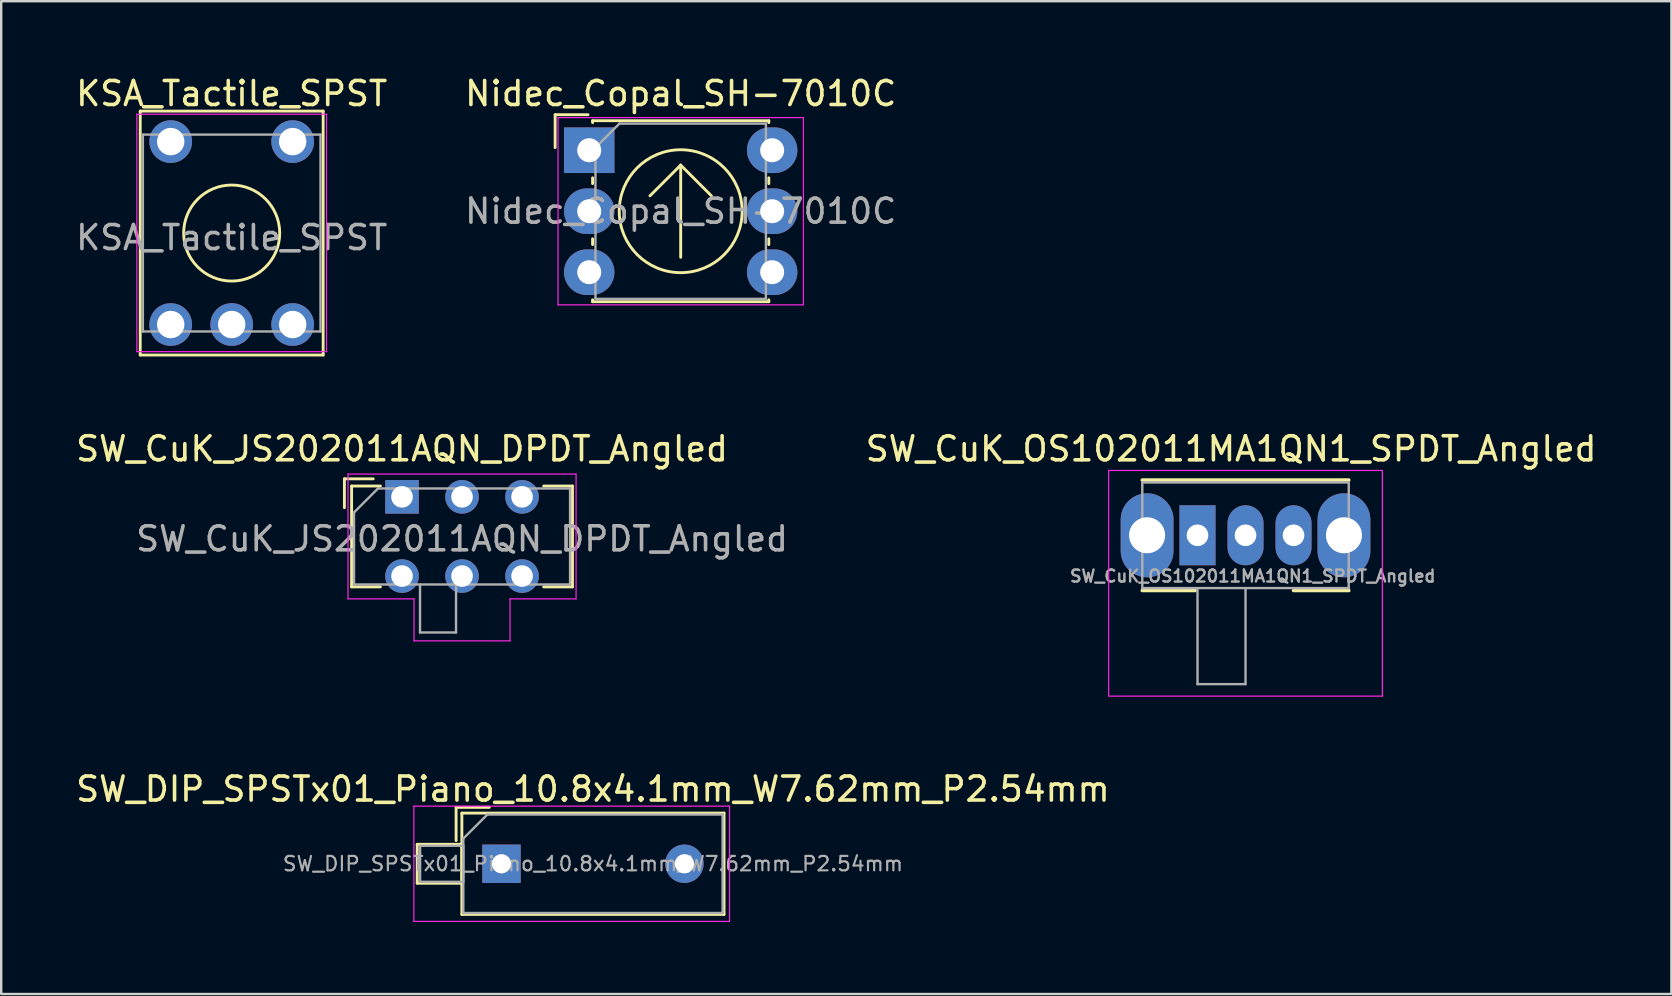
<source format=kicad_pcb>
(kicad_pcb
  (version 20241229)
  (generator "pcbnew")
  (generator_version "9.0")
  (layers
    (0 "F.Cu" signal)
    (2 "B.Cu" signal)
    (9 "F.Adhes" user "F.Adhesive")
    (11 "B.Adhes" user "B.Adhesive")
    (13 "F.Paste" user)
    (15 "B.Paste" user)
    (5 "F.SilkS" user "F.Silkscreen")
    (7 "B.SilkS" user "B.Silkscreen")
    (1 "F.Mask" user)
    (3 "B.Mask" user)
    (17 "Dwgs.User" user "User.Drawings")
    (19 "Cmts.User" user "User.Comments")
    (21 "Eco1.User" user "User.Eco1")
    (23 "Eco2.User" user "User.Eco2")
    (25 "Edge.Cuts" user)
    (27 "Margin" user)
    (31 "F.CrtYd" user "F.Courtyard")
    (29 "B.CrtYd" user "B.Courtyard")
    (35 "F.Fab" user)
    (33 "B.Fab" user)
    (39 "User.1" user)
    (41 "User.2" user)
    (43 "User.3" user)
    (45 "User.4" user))
  (footprint "SW_CuK_JS202011AQN_DPDT_Angled"
    (layer "F.Cu")
    (at 13.696 17.646)
    (property "Reference" "SW_CuK_JS202011AQN_DPDT_Angled" (at 0 -2 0) (layer "F.SilkS") (effects (font (size 1 1) (thickness 0.15))))
    (attr through_hole)
    (fp_line (start -2.4 -0.75) (end -2.4 0.45) (stroke (width 0.12) (type solid)) (layer "F.SilkS"))
    (fp_line (start -2.1 -0.45) (end -2.1 3.75) (stroke (width 0.12) (type solid)) (layer "F.SilkS"))
    (fp_line (start -2.1 3.75) (end -0.9 3.75) (stroke (width 0.12) (type solid)) (layer "F.SilkS"))
    (fp_line (start -1.2 -0.75) (end -2.4 -0.75) (stroke (width 0.12) (type solid)) (layer "F.SilkS"))
    (fp_line (start -0.9 -0.45) (end -2.1 -0.45) (stroke (width 0.12) (type solid)) (layer "F.SilkS"))
    (fp_line (start 5.9 -0.45) (end 7.1 -0.45) (stroke (width 0.12) (type solid)) (layer "F.SilkS"))
    (fp_line (start 7.1 -0.45) (end 7.1 3.75) (stroke (width 0.12) (type solid)) (layer "F.SilkS"))
    (fp_line (start 7.1 3.75) (end 5.9 3.75) (stroke (width 0.12) (type solid)) (layer "F.SilkS"))
    (fp_line (start -2.25 -0.95) (end 7.25 -0.95) (stroke (width 0.05) (type solid)) (layer "F.CrtYd"))
    (fp_line (start -2.25 4.25) (end -2.25 -0.95) (stroke (width 0.05) (type solid)) (layer "F.CrtYd"))
    (fp_line (start 0.5 4.25) (end -2.25 4.25) (stroke (width 0.05) (type solid)) (layer "F.CrtYd"))
    (fp_line (start 0.5 4.25) (end 0.5 6) (stroke (width 0.05) (type solid)) (layer "F.CrtYd"))
    (fp_line (start 4.5 6) (end 0.5 6) (stroke (width 0.05) (type solid)) (layer "F.CrtYd"))
    (fp_line (start 4.5 6) (end 4.5 4.25) (stroke (width 0.05) (type solid)) (layer "F.CrtYd"))
    (fp_line (start 7.25 -0.95) (end 7.25 4.25) (stroke (width 0.05) (type solid)) (layer "F.CrtYd"))
    (fp_line (start 7.25 4.25) (end 4.5 4.25) (stroke (width 0.05) (type solid)) (layer "F.CrtYd"))
    (fp_line (start -2 3.65) (end -2 0.65) (stroke (width 0.1) (type solid)) (layer "F.Fab"))
    (fp_line (start -1 -0.35) (end -2 0.65) (stroke (width 0.1) (type solid)) (layer "F.Fab"))
    (fp_line (start -1 -0.35) (end 7 -0.35) (stroke (width 0.1) (type solid)) (layer "F.Fab"))
    (fp_line (start 0.75 3.65) (end 0.75 5.65) (stroke (width 0.1) (type solid)) (layer "F.Fab"))
    (fp_line (start 0.75 5.65) (end 2.25 5.65) (stroke (width 0.1) (type solid)) (layer "F.Fab"))
    (fp_line (start 2.25 5.65) (end 2.25 3.65) (stroke (width 0.1) (type solid)) (layer "F.Fab"))
    (fp_line (start 7 -0.35) (end 7 3.65) (stroke (width 0.1) (type solid)) (layer "F.Fab"))
    (fp_line (start 7 3.65) (end -2 3.65) (stroke (width 0.1) (type solid)) (layer "F.Fab"))
    (fp_text user "${REFERENCE}" (at 2.5 1.75 0) (layer "F.Fab") (effects (font (size 1 1) (thickness 0.15))))
    (pad "1" thru_hole rect (at 0 0) (size 1.4 1.4) (drill 0.9) (layers "*.Cu" "*.Mask"))
    (pad "2" thru_hole circle (at 2.5 0) (size 1.4 1.4) (drill 0.9) (layers "*.Cu" "*.Mask"))
    (pad "3" thru_hole circle (at 5 0) (size 1.4 1.4) (drill 0.9) (layers "*.Cu" "*.Mask"))
    (pad "4" thru_hole circle (at 0 3.3) (size 1.4 1.4) (drill 0.9) (layers "*.Cu" "*.Mask"))
    (pad "5" thru_hole circle (at 2.5 3.3) (size 1.4 1.4) (drill 0.9) (layers "*.Cu" "*.Mask"))
    (pad "6" thru_hole circle (at 5 3.3) (size 1.4 1.4) (drill 0.9) (layers "*.Cu" "*.Mask")))
  (footprint "KSA_Tactile_SPST"
    (layer "F.Cu")
    (at 4.061 2.848)
    (property "Reference" "KSA_Tactile_SPST" (at 2.54 -2 0) (layer "F.SilkS") (effects (font (size 1 1) (thickness 0.15))))
    (attr through_hole)
    (fp_line (start -1.27 -1.27) (end -1.27 8.89) (stroke (width 0.12) (type solid)) (layer "F.SilkS"))
    (fp_line (start -1.27 -1.27) (end 6.35 -1.27) (stroke (width 0.12) (type solid)) (layer "F.SilkS"))
    (fp_line (start -1.27 8.89) (end 6.35 8.89) (stroke (width 0.12) (type solid)) (layer "F.SilkS"))
    (fp_line (start 6.35 8.89) (end 6.35 -1.27) (stroke (width 0.12) (type solid)) (layer "F.SilkS"))
    (fp_circle (center 2.54 3.81) (end 0.54 3.81) (stroke (width 0.12) (type solid)) (fill no) (layer "F.SilkS"))
    (fp_line (start -1.41 -1.14) (end -1.41 8.75) (stroke (width 0.05) (type solid)) (layer "F.CrtYd"))
    (fp_line (start -1.41 -1.14) (end 6.49 -1.14) (stroke (width 0.05) (type solid)) (layer "F.CrtYd"))
    (fp_line (start 6.49 8.75) (end -1.41 8.75) (stroke (width 0.05) (type solid)) (layer "F.CrtYd"))
    (fp_line (start 6.49 8.75) (end 6.49 -1.14) (stroke (width 0.05) (type solid)) (layer "F.CrtYd"))
    (fp_line (start -1.16 7.91) (end -1.16 -0.29) (stroke (width 0.1) (type solid)) (layer "F.Fab"))
    (fp_line (start -1.16 7.91) (end 6.24 7.91) (stroke (width 0.1) (type solid)) (layer "F.Fab"))
    (fp_line (start 6.24 -0.29) (end -1.16 -0.29) (stroke (width 0.1) (type solid)) (layer "F.Fab"))
    (fp_line (start 6.24 7.91) (end 6.24 -0.29) (stroke (width 0.1) (type solid)) (layer "F.Fab"))
    (fp_text user "${REFERENCE}" (at 2.54 4 0) (layer "F.Fab") (effects (font (size 1 1) (thickness 0.15))))
    (pad "1" thru_hole circle (at 0 0) (size 1.778 1.778) (drill 1.143) (layers "*.Cu" "*.Mask"))
    (pad "2" thru_hole circle (at 5.08 0) (size 1.778 1.778) (drill 1.143) (layers "*.Cu" "*.Mask"))
    (pad "3" thru_hole circle (at 5.08 7.62) (size 1.778 1.778) (drill 1.143) (layers "*.Cu" "*.Mask"))
    (pad "4" thru_hole circle (at 2.54 7.62) (size 1.778 1.778) (drill 1.143) (layers "*.Cu" "*.Mask"))
    (pad "5" thru_hole circle (at 0 7.62) (size 1.778 1.778) (drill 1.143) (layers "*.Cu" "*.Mask")))
  (footprint "SW_DIP_SPSTx01_Piano_10.8x4.1mm_W7.62mm_P2.54mm"
    (layer "F.Cu")
    (at 17.839 32.93)
    (property "Reference" "SW_DIP_SPSTx01_Piano_10.8x4.1mm_W7.62mm_P2.54mm" (at 3.81 -3.11 0) (layer "F.SilkS") (effects (font (size 1 1) (thickness 0.15))))
    (attr through_hole)
    (fp_line (start -3.51 -0.81) (end -3.51 0.81) (stroke (width 0.12) (type solid)) (layer "F.SilkS"))
    (fp_line (start -3.51 -0.81) (end -1.65 -0.81) (stroke (width 0.12) (type solid)) (layer "F.SilkS"))
    (fp_line (start -3.51 0.81) (end -1.65 0.81) (stroke (width 0.12) (type solid)) (layer "F.SilkS"))
    (fp_line (start -1.89 -2.35) (end -1.89 -0.967) (stroke (width 0.12) (type solid)) (layer "F.SilkS"))
    (fp_line (start -1.89 -2.35) (end -0.507 -2.35) (stroke (width 0.12) (type solid)) (layer "F.SilkS"))
    (fp_line (start -1.65 -2.11) (end -1.65 2.11) (stroke (width 0.12) (type solid)) (layer "F.SilkS"))
    (fp_line (start -1.65 -2.11) (end 9.27 -2.11) (stroke (width 0.12) (type solid)) (layer "F.SilkS"))
    (fp_line (start -1.65 -0.81) (end -1.65 0.81) (stroke (width 0.12) (type solid)) (layer "F.SilkS"))
    (fp_line (start -1.65 2.11) (end 9.27 2.11) (stroke (width 0.12) (type solid)) (layer "F.SilkS"))
    (fp_line (start 9.27 -2.11) (end 9.27 2.11) (stroke (width 0.12) (type solid)) (layer "F.SilkS"))
    (fp_line (start -3.65 -2.4) (end -3.65 2.4) (stroke (width 0.05) (type solid)) (layer "F.CrtYd"))
    (fp_line (start -3.65 2.4) (end 9.5 2.4) (stroke (width 0.05) (type solid)) (layer "F.CrtYd"))
    (fp_line (start 9.5 -2.4) (end -3.65 -2.4) (stroke (width 0.05) (type solid)) (layer "F.CrtYd"))
    (fp_line (start 9.5 2.4) (end 9.5 -2.4) (stroke (width 0.05) (type solid)) (layer "F.CrtYd"))
    (fp_line (start -3.39 -0.75) (end -1.59 -0.75) (stroke (width 0.1) (type solid)) (layer "F.Fab"))
    (fp_line (start -3.39 0.75) (end -3.39 -0.75) (stroke (width 0.1) (type solid)) (layer "F.Fab"))
    (fp_line (start -1.59 -1.05) (end -0.59 -2.05) (stroke (width 0.1) (type solid)) (layer "F.Fab"))
    (fp_line (start -1.59 -0.75) (end -1.59 0.75) (stroke (width 0.1) (type solid)) (layer "F.Fab"))
    (fp_line (start -1.59 0.75) (end -3.39 0.75) (stroke (width 0.1) (type solid)) (layer "F.Fab"))
    (fp_line (start -1.59 2.05) (end -1.59 -1.05) (stroke (width 0.1) (type solid)) (layer "F.Fab"))
    (fp_line (start -0.59 -2.05) (end 9.21 -2.05) (stroke (width 0.1) (type solid)) (layer "F.Fab"))
    (fp_line (start 9.21 -2.05) (end 9.21 2.05) (stroke (width 0.1) (type solid)) (layer "F.Fab"))
    (fp_line (start 9.21 2.05) (end -1.59 2.05) (stroke (width 0.1) (type solid)) (layer "F.Fab"))
    (fp_text user "${REFERENCE}" (at 3.81 0 0) (layer "F.Fab") (effects (font (size 0.6 0.6) (thickness 0.09))))
    (pad "1" thru_hole rect (at 0 0) (size 1.6 1.6) (drill 0.8) (layers "*.Cu" "*.Mask"))
    (pad "2" thru_hole oval (at 7.62 0) (size 1.6 1.6) (drill 0.8) (layers "*.Cu" "*.Mask")))
  (footprint "SW_CuK_OS102011MA1QN1_SPDT_Angled"
    (layer "F.Cu")
    (at 46.832 19.247)
    (property "Reference" "SW_CuK_OS102011MA1QN1_SPDT_Angled" (at 1.4 -3.6 0) (layer "F.SilkS") (effects (font (size 1 1) (thickness 0.15))))
    (attr through_hole)
    (fp_line (start -2.3 -2.3) (end 6.3 -2.3) (stroke (width 0.15) (type solid)) (layer "F.SilkS"))
    (fp_line (start -2.3 2.3) (end -0.1 2.3) (stroke (width 0.15) (type solid)) (layer "F.SilkS"))
    (fp_line (start 4 2.3) (end 6.3 2.3) (stroke (width 0.15) (type solid)) (layer "F.SilkS"))
    (fp_line (start -3.7 -2.7) (end 7.7 -2.7) (stroke (width 0.05) (type solid)) (layer "F.CrtYd"))
    (fp_line (start -3.7 6.7) (end -3.7 -2.7) (stroke (width 0.05) (type solid)) (layer "F.CrtYd"))
    (fp_line (start 7.7 -2.7) (end 7.7 6.7) (stroke (width 0.05) (type solid)) (layer "F.CrtYd"))
    (fp_line (start 7.7 6.7) (end -3.7 6.7) (stroke (width 0.05) (type solid)) (layer "F.CrtYd"))
    (fp_line (start -2.3 -2.2) (end -2.3 2.2) (stroke (width 0.1) (type solid)) (layer "F.Fab"))
    (fp_line (start -2.3 -2.2) (end 6.3 -2.2) (stroke (width 0.1) (type solid)) (layer "F.Fab"))
    (fp_line (start -2.3 2.2) (end 6.3 2.2) (stroke (width 0.1) (type solid)) (layer "F.Fab"))
    (fp_line (start 0 6.2) (end 0 2.2) (stroke (width 0.1) (type solid)) (layer "F.Fab"))
    (fp_line (start 2 2.2) (end 2 6.2) (stroke (width 0.1) (type solid)) (layer "F.Fab"))
    (fp_line (start 2 6.2) (end 0 6.2) (stroke (width 0.1) (type solid)) (layer "F.Fab"))
    (fp_line (start 6.3 2.2) (end 6.3 -2.2) (stroke (width 0.1) (type solid)) (layer "F.Fab"))
    (fp_text user "${REFERENCE}" (at 2.3 1.7 0) (layer "F.Fab") (effects (font (size 0.5 0.5) (thickness 0.1))))
    (pad "" thru_hole oval (at -2.1 0) (size 2.2 3.5) (drill 1.5) (layers "*.Cu" "*.Mask"))
    (pad "" thru_hole oval (at 6.1 0) (size 2.2 3.5) (drill 1.5) (layers "*.Cu" "*.Mask"))
    (pad "1" thru_hole rect (at 0 0) (size 1.5 2.5) (drill 0.9) (layers "*.Cu" "*.Mask"))
    (pad "2" thru_hole oval (at 2 0) (size 1.5 2.5) (drill 0.9) (layers "*.Cu" "*.Mask"))
    (pad "3" thru_hole oval (at 4 0) (size 1.5 2.5) (drill 0.9) (layers "*.Cu" "*.Mask")))
  (footprint "Nidec_Copal_SH-7010C"
    (layer "F.Cu")
    (at 21.494 3.208)
    (property "Reference" "Nidec_Copal_SH-7010C" (at 3.81 -2.36 0) (layer "F.SilkS") (effects (font (size 1 1) (thickness 0.15))))
    (attr through_hole)
    (fp_line (start -1.42 -1.48) (end -0.05 -1.48) (stroke (width 0.12) (type solid)) (layer "F.SilkS"))
    (fp_line (start -1.42 -0.11) (end -1.42 -1.48) (stroke (width 0.12) (type solid)) (layer "F.SilkS"))
    (fp_line (start 0.14 -1.23) (end 7.48 -1.23) (stroke (width 0.12) (type solid)) (layer "F.SilkS"))
    (fp_line (start 0.14 -1.15) (end 0.14 -1.23) (stroke (width 0.12) (type solid)) (layer "F.SilkS"))
    (fp_line (start 0.14 1.15) (end 0.14 1.39) (stroke (width 0.12) (type solid)) (layer "F.SilkS"))
    (fp_line (start 0.14 3.69) (end 0.14 3.93) (stroke (width 0.12) (type solid)) (layer "F.SilkS"))
    (fp_line (start 0.14 6.23) (end 0.14 6.31) (stroke (width 0.12) (type solid)) (layer "F.SilkS"))
    (fp_line (start 0.14 6.31) (end 7.48 6.31) (stroke (width 0.12) (type solid)) (layer "F.SilkS"))
    (fp_line (start 2.53 1.9) (end 3.81 0.62) (stroke (width 0.12) (type solid)) (layer "F.SilkS"))
    (fp_line (start 3.81 0.62) (end 3.81 4.46) (stroke (width 0.12) (type solid)) (layer "F.SilkS"))
    (fp_line (start 3.81 0.62) (end 5.09 1.9) (stroke (width 0.12) (type solid)) (layer "F.SilkS"))
    (fp_line (start 7.48 -1.23) (end 7.48 -1.15) (stroke (width 0.12) (type solid)) (layer "F.SilkS"))
    (fp_line (start 7.48 1.15) (end 7.48 1.39) (stroke (width 0.12) (type solid)) (layer "F.SilkS"))
    (fp_line (start 7.48 3.69) (end 7.48 3.93) (stroke (width 0.12) (type solid)) (layer "F.SilkS"))
    (fp_line (start 7.48 6.31) (end 7.48 6.23) (stroke (width 0.12) (type solid)) (layer "F.SilkS"))
    (fp_circle (center 3.81 2.54) (end 6.37 2.54) (stroke (width 0.12) (type solid)) (fill no) (layer "F.SilkS"))
    (fp_line (start -1.3 -1.36) (end -1.3 6.44) (stroke (width 0.05) (type solid)) (layer "F.CrtYd"))
    (fp_line (start -1.3 6.44) (end 8.92 6.44) (stroke (width 0.05) (type solid)) (layer "F.CrtYd"))
    (fp_line (start 8.92 -1.36) (end -1.3 -1.36) (stroke (width 0.05) (type solid)) (layer "F.CrtYd"))
    (fp_line (start 8.92 6.44) (end 8.92 -1.36) (stroke (width 0.05) (type solid)) (layer "F.CrtYd"))
    (fp_line (start 0.26 -0.11) (end 1.26 -1.11) (stroke (width 0.1) (type solid)) (layer "F.Fab"))
    (fp_line (start 0.26 6.19) (end 0.26 -0.11) (stroke (width 0.1) (type solid)) (layer "F.Fab"))
    (fp_line (start 1.26 -1.11) (end 7.36 -1.11) (stroke (width 0.1) (type solid)) (layer "F.Fab"))
    (fp_line (start 7.36 -1.11) (end 7.36 6.19) (stroke (width 0.1) (type solid)) (layer "F.Fab"))
    (fp_line (start 7.36 6.19) (end 0.26 6.19) (stroke (width 0.1) (type solid)) (layer "F.Fab"))
    (fp_text user "${REFERENCE}" (at 3.81 2.54 0) (layer "F.Fab") (effects (font (size 1 1) (thickness 0.15))))
    (pad "1" thru_hole rect (at 0 0) (size 2.1 1.9) (drill 1) (layers "*.Cu" "*.Mask"))
    (pad "2" thru_hole oval (at 7.62 5.08) (size 2.1 1.9) (drill 1) (layers "*.Cu" "*.Mask"))
    (pad "4" thru_hole oval (at 0 5.08) (size 2.1 1.9) (drill 1) (layers "*.Cu" "*.Mask"))
    (pad "8" thru_hole oval (at 7.62 0) (size 2.1 1.9) (drill 1) (layers "*.Cu" "*.Mask"))
    (pad "C" thru_hole oval (at 0 2.54) (size 2.1 1.9) (drill 1) (layers "*.Cu" "*.Mask"))
    (pad "C" thru_hole oval (at 7.62 2.54) (size 2.1 1.9) (drill 1) (layers "*.Cu" "*.Mask")))
  (gr_rect
    (start -3 -3)
    (end 66.571 38.355)
    (stroke (width 0.1) (type default))
    (fill no)
    (layer "Edge.Cuts")))
</source>
